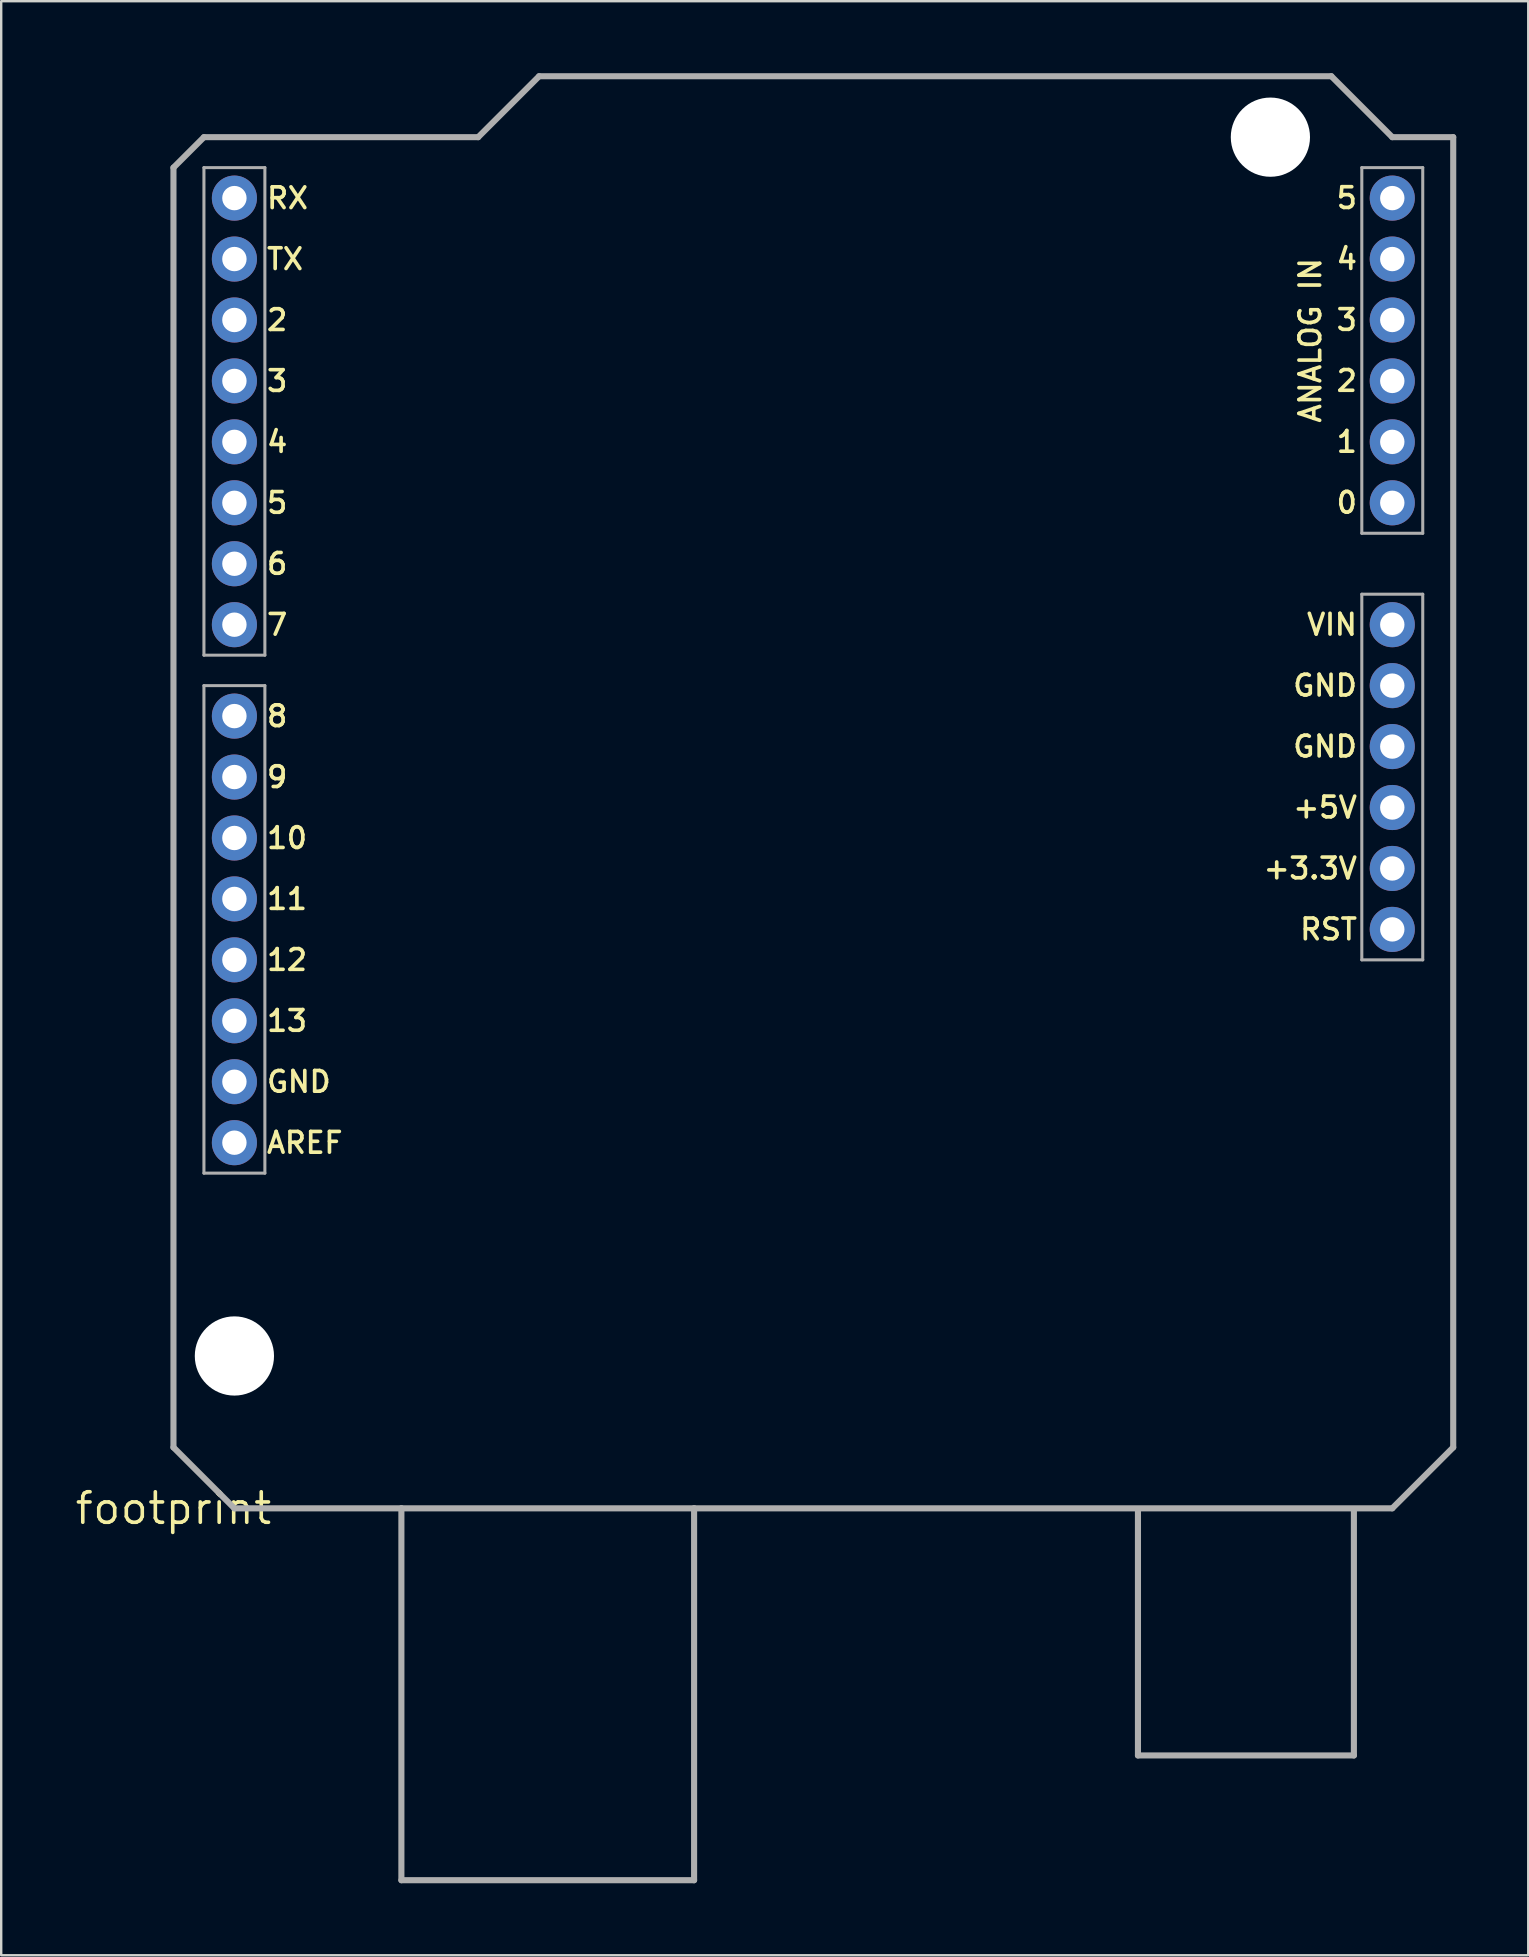
<source format=kicad_pcb>
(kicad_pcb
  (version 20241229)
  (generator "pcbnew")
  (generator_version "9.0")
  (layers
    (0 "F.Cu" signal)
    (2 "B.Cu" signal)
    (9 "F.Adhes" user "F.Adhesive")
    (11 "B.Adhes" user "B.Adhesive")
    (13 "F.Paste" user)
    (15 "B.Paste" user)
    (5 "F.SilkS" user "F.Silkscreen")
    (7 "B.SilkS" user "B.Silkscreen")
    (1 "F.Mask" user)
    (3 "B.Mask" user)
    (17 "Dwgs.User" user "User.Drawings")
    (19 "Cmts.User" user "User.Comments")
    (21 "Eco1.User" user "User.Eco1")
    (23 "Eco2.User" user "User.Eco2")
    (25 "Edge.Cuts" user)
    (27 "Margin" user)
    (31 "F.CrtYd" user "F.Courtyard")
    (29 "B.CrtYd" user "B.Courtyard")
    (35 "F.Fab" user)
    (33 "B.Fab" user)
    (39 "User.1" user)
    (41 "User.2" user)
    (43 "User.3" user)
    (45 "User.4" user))
  (footprint "footprint"
    (layer "F.Cu")
    (at 4.18 59.817)
    (property "Reference" "footprint" (at 0 0 0) (layer "F.SilkS") (effects (font (size 1.27 1.27) (thickness 0.15))))
    (fp_line (start 0 -55.88) (end 0 -2.54) (stroke (width 0.254) (type solid)) (layer "F.Fab"))
    (fp_line (start 0 -2.54) (end 2.54 0) (stroke (width 0.254) (type solid)) (layer "F.Fab"))
    (fp_line (start 1.27 -57.15) (end 0 -55.88) (stroke (width 0.254) (type solid)) (layer "F.Fab"))
    (fp_line (start 1.27 -55.88) (end 3.81 -55.88) (stroke (width 0.127) (type solid)) (layer "F.Fab"))
    (fp_line (start 1.27 -35.56) (end 1.27 -55.88) (stroke (width 0.127) (type solid)) (layer "F.Fab"))
    (fp_line (start 1.27 -34.29) (end 3.81 -34.29) (stroke (width 0.127) (type solid)) (layer "F.Fab"))
    (fp_line (start 1.27 -13.97) (end 1.27 -34.29) (stroke (width 0.127) (type solid)) (layer "F.Fab"))
    (fp_line (start 2.54 0) (end 9.5 0) (stroke (width 0.254) (type solid)) (layer "F.Fab"))
    (fp_line (start 3.81 -55.88) (end 3.81 -35.56) (stroke (width 0.127) (type solid)) (layer "F.Fab"))
    (fp_line (start 3.81 -35.56) (end 1.27 -35.56) (stroke (width 0.127) (type solid)) (layer "F.Fab"))
    (fp_line (start 3.81 -34.29) (end 3.81 -13.97) (stroke (width 0.127) (type solid)) (layer "F.Fab"))
    (fp_line (start 3.81 -13.97) (end 1.27 -13.97) (stroke (width 0.127) (type solid)) (layer "F.Fab"))
    (fp_line (start 9.5 0) (end 21.7 0) (stroke (width 0.254) (type solid)) (layer "F.Fab"))
    (fp_line (start 9.5 15.5) (end 9.5 0) (stroke (width 0.254) (type solid)) (layer "F.Fab"))
    (fp_line (start 9.5 15.5) (end 21.7 15.5) (stroke (width 0.254) (type solid)) (layer "F.Fab"))
    (fp_line (start 12.7 -57.15) (end 1.27 -57.15) (stroke (width 0.254) (type solid)) (layer "F.Fab"))
    (fp_line (start 15.24 -59.69) (end 12.7 -57.15) (stroke (width 0.254) (type solid)) (layer "F.Fab"))
    (fp_line (start 21.7 0) (end 50.8 0) (stroke (width 0.254) (type solid)) (layer "F.Fab"))
    (fp_line (start 21.7 15.5) (end 21.7 0) (stroke (width 0.254) (type solid)) (layer "F.Fab"))
    (fp_line (start 40.2 10.3) (end 40.2 0.1) (stroke (width 0.254) (type solid)) (layer "F.Fab"))
    (fp_line (start 40.2 10.3) (end 49.2 10.3) (stroke (width 0.254) (type solid)) (layer "F.Fab"))
    (fp_line (start 48.26 -59.69) (end 15.24 -59.69) (stroke (width 0.254) (type solid)) (layer "F.Fab"))
    (fp_line (start 49.2 10.3) (end 49.2 0.1) (stroke (width 0.254) (type solid)) (layer "F.Fab"))
    (fp_line (start 49.53 -55.88) (end 52.07 -55.88) (stroke (width 0.127) (type solid)) (layer "F.Fab"))
    (fp_line (start 49.53 -40.64) (end 49.53 -55.88) (stroke (width 0.127) (type solid)) (layer "F.Fab"))
    (fp_line (start 49.53 -38.1) (end 49.53 -22.86) (stroke (width 0.127) (type solid)) (layer "F.Fab"))
    (fp_line (start 49.53 -22.86) (end 52.07 -22.86) (stroke (width 0.127) (type solid)) (layer "F.Fab"))
    (fp_line (start 50.8 -57.15) (end 48.26 -59.69) (stroke (width 0.254) (type solid)) (layer "F.Fab"))
    (fp_line (start 50.8 0) (end 53.34 -2.54) (stroke (width 0.254) (type solid)) (layer "F.Fab"))
    (fp_line (start 52.07 -55.88) (end 52.07 -40.64) (stroke (width 0.127) (type solid)) (layer "F.Fab"))
    (fp_line (start 52.07 -40.64) (end 49.53 -40.64) (stroke (width 0.127) (type solid)) (layer "F.Fab"))
    (fp_line (start 52.07 -38.1) (end 49.53 -38.1) (stroke (width 0.127) (type solid)) (layer "F.Fab"))
    (fp_line (start 52.07 -22.86) (end 52.07 -38.1) (stroke (width 0.127) (type solid)) (layer "F.Fab"))
    (fp_line (start 53.34 -57.15) (end 50.8 -57.15) (stroke (width 0.254) (type solid)) (layer "F.Fab"))
    (fp_line (start 53.34 -2.54) (end 53.34 -57.15) (stroke (width 0.254) (type solid)) (layer "F.Fab"))
    (fp_text user "5" (at 3.81 -41.402 0) (layer "F.SilkS") (effects (font (size 0.864 0.864) (thickness 0.152)) (justify left bottom)))
    (fp_text user "8" (at 3.81 -32.512 0) (layer "F.SilkS") (effects (font (size 0.864 0.864) (thickness 0.152)) (justify left bottom)))
    (fp_text user "3" (at 3.81 -46.482 0) (layer "F.SilkS") (effects (font (size 0.864 0.864) (thickness 0.152)) (justify left bottom)))
    (fp_text user "GND" (at 3.81 -17.272 0) (layer "F.SilkS") (effects (font (size 0.864 0.864) (thickness 0.152)) (justify left bottom)))
    (fp_text user "TX" (at 3.81 -51.562 0) (layer "F.SilkS") (effects (font (size 0.864 0.864) (thickness 0.152)) (justify left bottom)))
    (fp_text user "0" (at 49.416 -42.418 0) (layer "F.SilkS") (effects (font (size 0.864 0.864) (thickness 0.152)) (justify right top)))
    (fp_text user "GND" (at 49.416 -34.798 0) (layer "F.SilkS") (effects (font (size 0.864 0.864) (thickness 0.152)) (justify right top)))
    (fp_text user "3" (at 49.416 -50.038 0) (layer "F.SilkS") (effects (font (size 0.864 0.864) (thickness 0.152)) (justify right top)))
    (fp_text user "RST" (at 49.416 -24.638 0) (layer "F.SilkS") (effects (font (size 0.864 0.864) (thickness 0.152)) (justify right top)))
    (fp_text user "AREF" (at 3.81 -14.732 0) (layer "F.SilkS") (effects (font (size 0.864 0.864) (thickness 0.152)) (justify left bottom)))
    (fp_text user "9" (at 3.81 -29.972 0) (layer "F.SilkS") (effects (font (size 0.864 0.864) (thickness 0.152)) (justify left bottom)))
    (fp_text user "GND" (at 49.416 -32.258 0) (layer "F.SilkS") (effects (font (size 0.864 0.864) (thickness 0.152)) (justify right top)))
    (fp_text user "4" (at 49.416 -52.578 0) (layer "F.SilkS") (effects (font (size 0.864 0.864) (thickness 0.152)) (justify right top)))
    (fp_text user "11" (at 3.81 -24.892 0) (layer "F.SilkS") (effects (font (size 0.864 0.864) (thickness 0.152)) (justify left bottom)))
    (fp_text user "VIN" (at 49.416 -37.338 0) (layer "F.SilkS") (effects (font (size 0.864 0.864) (thickness 0.152)) (justify right top)))
    (fp_text user "+5V" (at 49.416 -29.718 0) (layer "F.SilkS") (effects (font (size 0.864 0.864) (thickness 0.152)) (justify right top)))
    (fp_text user "+3.3V" (at 49.416 -27.178 0) (layer "F.SilkS") (effects (font (size 0.864 0.864) (thickness 0.152)) (justify right top)))
    (fp_text user "1" (at 49.416 -44.958 0) (layer "F.SilkS") (effects (font (size 0.864 0.864) (thickness 0.152)) (justify right top)))
    (fp_text user "5" (at 49.416 -55.118 0) (layer "F.SilkS") (effects (font (size 0.864 0.864) (thickness 0.152)) (justify right top)))
    (fp_text user "ANALOG IN" (at 46.876 -52.197 90) (layer "F.SilkS") (effects (font (size 0.864 0.864) (thickness 0.152)) (justify right top)))
    (fp_text user "10" (at 3.81 -27.432 0) (layer "F.SilkS") (effects (font (size 0.864 0.864) (thickness 0.152)) (justify left bottom)))
    (fp_text user "RX" (at 3.81 -54.102 0) (layer "F.SilkS") (effects (font (size 0.864 0.864) (thickness 0.152)) (justify left bottom)))
    (fp_text user "6" (at 3.81 -38.862 0) (layer "F.SilkS") (effects (font (size 0.864 0.864) (thickness 0.152)) (justify left bottom)))
    (fp_text user "2" (at 3.81 -49.022 0) (layer "F.SilkS") (effects (font (size 0.864 0.864) (thickness 0.152)) (justify left bottom)))
    (fp_text user "4" (at 3.81 -43.942 0) (layer "F.SilkS") (effects (font (size 0.864 0.864) (thickness 0.152)) (justify left bottom)))
    (fp_text user "7" (at 3.81 -36.322 0) (layer "F.SilkS") (effects (font (size 0.864 0.864) (thickness 0.152)) (justify left bottom)))
    (fp_text user "13" (at 3.81 -19.812 0) (layer "F.SilkS") (effects (font (size 0.864 0.864) (thickness 0.152)) (justify left bottom)))
    (fp_text user "2" (at 49.416 -47.498 0) (layer "F.SilkS") (effects (font (size 0.864 0.864) (thickness 0.152)) (justify right top)))
    (fp_text user "12" (at 3.81 -22.352 0) (layer "F.SilkS") (effects (font (size 0.864 0.864) (thickness 0.152)) (justify left bottom)))
    (pad "" np_thru_hole circle (at 2.54 -6.35) (size 3.302 3.302) (drill 3.302) (layers "*.Cu" "*.Mask"))
    (pad "" np_thru_hole circle (at 45.72 -57.15) (size 3.302 3.302) (drill 3.302) (layers "*.Cu" "*.Mask"))
    (pad "3.3V" thru_hole circle (at 50.8 -26.67 90) (size 1.88 1.88) (drill 1.016) (layers "*.Cu" "*.Mask"))
    (pad "5V" thru_hole circle (at 50.8 -29.21 90) (size 1.88 1.88) (drill 1.016) (layers "*.Cu" "*.Mask"))
    (pad "A0" thru_hole circle (at 50.8 -41.91 90) (size 1.88 1.88) (drill 1.016) (layers "*.Cu" "*.Mask"))
    (pad "A1" thru_hole circle (at 50.8 -44.45 90) (size 1.88 1.88) (drill 1.016) (layers "*.Cu" "*.Mask"))
    (pad "A2" thru_hole circle (at 50.8 -46.99 90) (size 1.88 1.88) (drill 1.016) (layers "*.Cu" "*.Mask"))
    (pad "A3" thru_hole circle (at 50.8 -49.53 90) (size 1.88 1.88) (drill 1.016) (layers "*.Cu" "*.Mask"))
    (pad "A4" thru_hole circle (at 50.8 -52.07 90) (size 1.88 1.88) (drill 1.016) (layers "*.Cu" "*.Mask"))
    (pad "A5" thru_hole circle (at 50.8 -54.61 90) (size 1.88 1.88) (drill 1.016) (layers "*.Cu" "*.Mask"))
    (pad "AREF" thru_hole circle (at 2.54 -15.24 90) (size 1.88 1.88) (drill 1.016) (layers "*.Cu" "*.Mask"))
    (pad "D2" thru_hole circle (at 2.54 -49.53 90) (size 1.88 1.88) (drill 1.016) (layers "*.Cu" "*.Mask"))
    (pad "D3" thru_hole circle (at 2.54 -46.99 90) (size 1.88 1.88) (drill 1.016) (layers "*.Cu" "*.Mask"))
    (pad "D4" thru_hole circle (at 2.54 -44.45 90) (size 1.88 1.88) (drill 1.016) (layers "*.Cu" "*.Mask"))
    (pad "D5" thru_hole circle (at 2.54 -41.91 90) (size 1.88 1.88) (drill 1.016) (layers "*.Cu" "*.Mask"))
    (pad "D6" thru_hole circle (at 2.54 -39.37 90) (size 1.88 1.88) (drill 1.016) (layers "*.Cu" "*.Mask"))
    (pad "D7" thru_hole circle (at 2.54 -36.83 90) (size 1.88 1.88) (drill 1.016) (layers "*.Cu" "*.Mask"))
    (pad "D8" thru_hole circle (at 2.54 -33.02 90) (size 1.88 1.88) (drill 1.016) (layers "*.Cu" "*.Mask"))
    (pad "D9" thru_hole circle (at 2.54 -30.48 90) (size 1.88 1.88) (drill 1.016) (layers "*.Cu" "*.Mask"))
    (pad "D10" thru_hole circle (at 2.54 -27.94 90) (size 1.88 1.88) (drill 1.016) (layers "*.Cu" "*.Mask"))
    (pad "D11" thru_hole circle (at 2.54 -25.4 90) (size 1.88 1.88) (drill 1.016) (layers "*.Cu" "*.Mask"))
    (pad "D12" thru_hole circle (at 2.54 -22.86 90) (size 1.88 1.88) (drill 1.016) (layers "*.Cu" "*.Mask"))
    (pad "D13" thru_hole circle (at 2.54 -20.32 90) (size 1.88 1.88) (drill 1.016) (layers "*.Cu" "*.Mask"))
    (pad "GND@0" thru_hole circle (at 50.8 -31.75 90) (size 1.88 1.88) (drill 1.016) (layers "*.Cu" "*.Mask"))
    (pad "GND@1" thru_hole circle (at 50.8 -34.29 90) (size 1.88 1.88) (drill 1.016) (layers "*.Cu" "*.Mask"))
    (pad "GND@2" thru_hole circle (at 2.54 -17.78 90) (size 1.88 1.88) (drill 1.016) (layers "*.Cu" "*.Mask"))
    (pad "RES" thru_hole circle (at 50.8 -24.13 90) (size 1.88 1.88) (drill 1.016) (layers "*.Cu" "*.Mask"))
    (pad "RX" thru_hole circle (at 2.54 -54.61 90) (size 1.88 1.88) (drill 1.016) (layers "*.Cu" "*.Mask"))
    (pad "TX" thru_hole circle (at 2.54 -52.07 90) (size 1.88 1.88) (drill 1.016) (layers "*.Cu" "*.Mask"))
    (pad "VIN" thru_hole circle (at 50.8 -36.83 90) (size 1.88 1.88) (drill 1.016) (layers "*.Cu" "*.Mask"))
    (zone (net_name "") (layer "F.Cu") (hatch edge 0.508) (connect_pads) (min_thickness 0.254) (filled_areas_thickness no) (keepout (tracks not_allowed) (vias not_allowed) (pads not_allowed) (copperpour not_allowed) (footprints allowed)) (placement (enabled no)) (fill) (polygon (pts (xy 8.689 53.467) (xy 8.659 53.125) (xy 8.57 52.794) (xy 8.425 52.483) (xy 8.228 52.202) (xy 7.985 51.959) (xy 7.704 51.762) (xy 7.393 51.617) (xy 7.062 51.528) (xy 6.72 51.498) (xy 6.378 51.528) (xy 6.047 51.617) (xy 5.736 51.762) (xy 5.455 51.959) (xy 5.212 52.202) (xy 5.015 52.483) (xy 4.87 52.794) (xy 4.782 53.125) (xy 4.752 53.467) (xy 4.782 53.809) (xy 4.87 54.14) (xy 5.015 54.451) (xy 5.212 54.732) (xy 5.455 54.975) (xy 5.736 55.172) (xy 6.047 55.317) (xy 6.378 55.406) (xy 6.72 55.435) (xy 7.062 55.406) (xy 7.393 55.317) (xy 7.704 55.172) (xy 7.985 54.975) (xy 8.228 54.732) (xy 8.425 54.451) (xy 8.57 54.14) (xy 8.659 53.809))) (polygon (pts (xy 8.562 53.467) (xy 8.534 53.147) (xy 8.451 52.837) (xy 8.315 52.546) (xy 8.131 52.283) (xy 7.904 52.056) (xy 7.641 51.872) (xy 7.35 51.737) (xy 7.04 51.653) (xy 6.72 51.626) (xy 6.4 51.653) (xy 6.09 51.737) (xy 5.799 51.872) (xy 5.536 52.056) (xy 5.309 52.283) (xy 5.125 52.546) (xy 4.99 52.837) (xy 4.907 53.147) (xy 4.879 53.467) (xy 4.907 53.787) (xy 4.99 54.097) (xy 5.125 54.388) (xy 5.309 54.651) (xy 5.536 54.878) (xy 5.799 55.062) (xy 6.09 55.197) (xy 6.4 55.281) (xy 6.72 55.309) (xy 7.04 55.281) (xy 7.35 55.197) (xy 7.641 55.062) (xy 7.904 54.878) (xy 8.131 54.651) (xy 8.315 54.388) (xy 8.451 54.097) (xy 8.534 53.787))))
    (zone (net_name "") (layer "F.Cu") (hatch edge 0.508) (connect_pads) (min_thickness 0.254) (filled_areas_thickness no) (keepout (tracks not_allowed) (vias not_allowed) (pads not_allowed) (copperpour not_allowed) (footprints allowed)) (placement (enabled no)) (fill) (polygon (pts (xy 51.869 2.667) (xy 51.839 2.325) (xy 51.75 1.994) (xy 51.605 1.683) (xy 51.408 1.402) (xy 51.165 1.159) (xy 50.884 0.962) (xy 50.573 0.817) (xy 50.242 0.728) (xy 49.9 0.699) (xy 49.558 0.728) (xy 49.227 0.817) (xy 48.916 0.962) (xy 48.635 1.159) (xy 48.392 1.402) (xy 48.195 1.683) (xy 48.05 1.994) (xy 47.962 2.325) (xy 47.932 2.667) (xy 47.962 3.009) (xy 48.05 3.34) (xy 48.195 3.651) (xy 48.392 3.932) (xy 48.635 4.175) (xy 48.916 4.372) (xy 49.227 4.517) (xy 49.558 4.606) (xy 49.9 4.636) (xy 50.242 4.606) (xy 50.573 4.517) (xy 50.884 4.372) (xy 51.165 4.175) (xy 51.408 3.932) (xy 51.605 3.651) (xy 51.75 3.34) (xy 51.839 3.009))) (polygon (pts (xy 51.742 2.667) (xy 51.714 2.347) (xy 51.631 2.037) (xy 51.495 1.746) (xy 51.311 1.483) (xy 51.084 1.256) (xy 50.821 1.072) (xy 50.53 0.937) (xy 50.22 0.853) (xy 49.9 0.826) (xy 49.58 0.853) (xy 49.27 0.937) (xy 48.979 1.072) (xy 48.716 1.256) (xy 48.489 1.483) (xy 48.305 1.746) (xy 48.17 2.037) (xy 48.087 2.347) (xy 48.059 2.667) (xy 48.087 2.987) (xy 48.17 3.297) (xy 48.305 3.588) (xy 48.489 3.851) (xy 48.716 4.078) (xy 48.979 4.262) (xy 49.27 4.397) (xy 49.58 4.481) (xy 49.9 4.508) (xy 50.22 4.481) (xy 50.53 4.397) (xy 50.821 4.262) (xy 51.084 4.078) (xy 51.311 3.851) (xy 51.495 3.588) (xy 51.631 3.297) (xy 51.714 2.987))))
    (zone (net_name "") (layer "B.Cu") (hatch edge 0.508) (connect_pads) (min_thickness 0.254) (filled_areas_thickness no) (keepout (tracks not_allowed) (vias not_allowed) (pads not_allowed) (copperpour not_allowed) (footprints allowed)) (placement (enabled no)) (fill) (polygon (pts (xy 8.689 53.467) (xy 8.659 53.125) (xy 8.57 52.794) (xy 8.425 52.483) (xy 8.228 52.202) (xy 7.985 51.959) (xy 7.704 51.762) (xy 7.393 51.617) (xy 7.062 51.528) (xy 6.72 51.498) (xy 6.378 51.528) (xy 6.047 51.617) (xy 5.736 51.762) (xy 5.455 51.959) (xy 5.212 52.202) (xy 5.015 52.483) (xy 4.87 52.794) (xy 4.782 53.125) (xy 4.752 53.467) (xy 4.782 53.809) (xy 4.87 54.14) (xy 5.015 54.451) (xy 5.212 54.732) (xy 5.455 54.975) (xy 5.736 55.172) (xy 6.047 55.317) (xy 6.378 55.406) (xy 6.72 55.435) (xy 7.062 55.406) (xy 7.393 55.317) (xy 7.704 55.172) (xy 7.985 54.975) (xy 8.228 54.732) (xy 8.425 54.451) (xy 8.57 54.14) (xy 8.659 53.809))) (polygon (pts (xy 8.562 53.467) (xy 8.534 53.147) (xy 8.451 52.837) (xy 8.315 52.546) (xy 8.131 52.283) (xy 7.904 52.056) (xy 7.641 51.872) (xy 7.35 51.737) (xy 7.04 51.653) (xy 6.72 51.626) (xy 6.4 51.653) (xy 6.09 51.737) (xy 5.799 51.872) (xy 5.536 52.056) (xy 5.309 52.283) (xy 5.125 52.546) (xy 4.99 52.837) (xy 4.907 53.147) (xy 4.879 53.467) (xy 4.907 53.787) (xy 4.99 54.097) (xy 5.125 54.388) (xy 5.309 54.651) (xy 5.536 54.878) (xy 5.799 55.062) (xy 6.09 55.197) (xy 6.4 55.281) (xy 6.72 55.309) (xy 7.04 55.281) (xy 7.35 55.197) (xy 7.641 55.062) (xy 7.904 54.878) (xy 8.131 54.651) (xy 8.315 54.388) (xy 8.451 54.097) (xy 8.534 53.787))))
    (zone (net_name "") (layer "B.Cu") (hatch edge 0.508) (connect_pads) (min_thickness 0.254) (filled_areas_thickness no) (keepout (tracks not_allowed) (vias not_allowed) (pads not_allowed) (copperpour not_allowed) (footprints allowed)) (placement (enabled no)) (fill) (polygon (pts (xy 51.869 2.667) (xy 51.839 2.325) (xy 51.75 1.994) (xy 51.605 1.683) (xy 51.408 1.402) (xy 51.165 1.159) (xy 50.884 0.962) (xy 50.573 0.817) (xy 50.242 0.728) (xy 49.9 0.699) (xy 49.558 0.728) (xy 49.227 0.817) (xy 48.916 0.962) (xy 48.635 1.159) (xy 48.392 1.402) (xy 48.195 1.683) (xy 48.05 1.994) (xy 47.962 2.325) (xy 47.932 2.667) (xy 47.962 3.009) (xy 48.05 3.34) (xy 48.195 3.651) (xy 48.392 3.932) (xy 48.635 4.175) (xy 48.916 4.372) (xy 49.227 4.517) (xy 49.558 4.606) (xy 49.9 4.636) (xy 50.242 4.606) (xy 50.573 4.517) (xy 50.884 4.372) (xy 51.165 4.175) (xy 51.408 3.932) (xy 51.605 3.651) (xy 51.75 3.34) (xy 51.839 3.009))) (polygon (pts (xy 51.742 2.667) (xy 51.714 2.347) (xy 51.631 2.037) (xy 51.495 1.746) (xy 51.311 1.483) (xy 51.084 1.256) (xy 50.821 1.072) (xy 50.53 0.937) (xy 50.22 0.853) (xy 49.9 0.826) (xy 49.58 0.853) (xy 49.27 0.937) (xy 48.979 1.072) (xy 48.716 1.256) (xy 48.489 1.483) (xy 48.305 1.746) (xy 48.17 2.037) (xy 48.087 2.347) (xy 48.059 2.667) (xy 48.087 2.987) (xy 48.17 3.297) (xy 48.305 3.588) (xy 48.489 3.851) (xy 48.716 4.078) (xy 48.979 4.262) (xy 49.27 4.397) (xy 49.58 4.481) (xy 49.9 4.508) (xy 50.22 4.481) (xy 50.53 4.397) (xy 50.821 4.262) (xy 51.084 4.078) (xy 51.311 3.851) (xy 51.495 3.588) (xy 51.631 3.297) (xy 51.714 2.987)))))
  (gr_rect
    (start -3 -3)
    (end 60.647 78.444)
    (stroke (width 0.1) (type default))
    (fill no)
    (layer "Edge.Cuts")))
</source>
